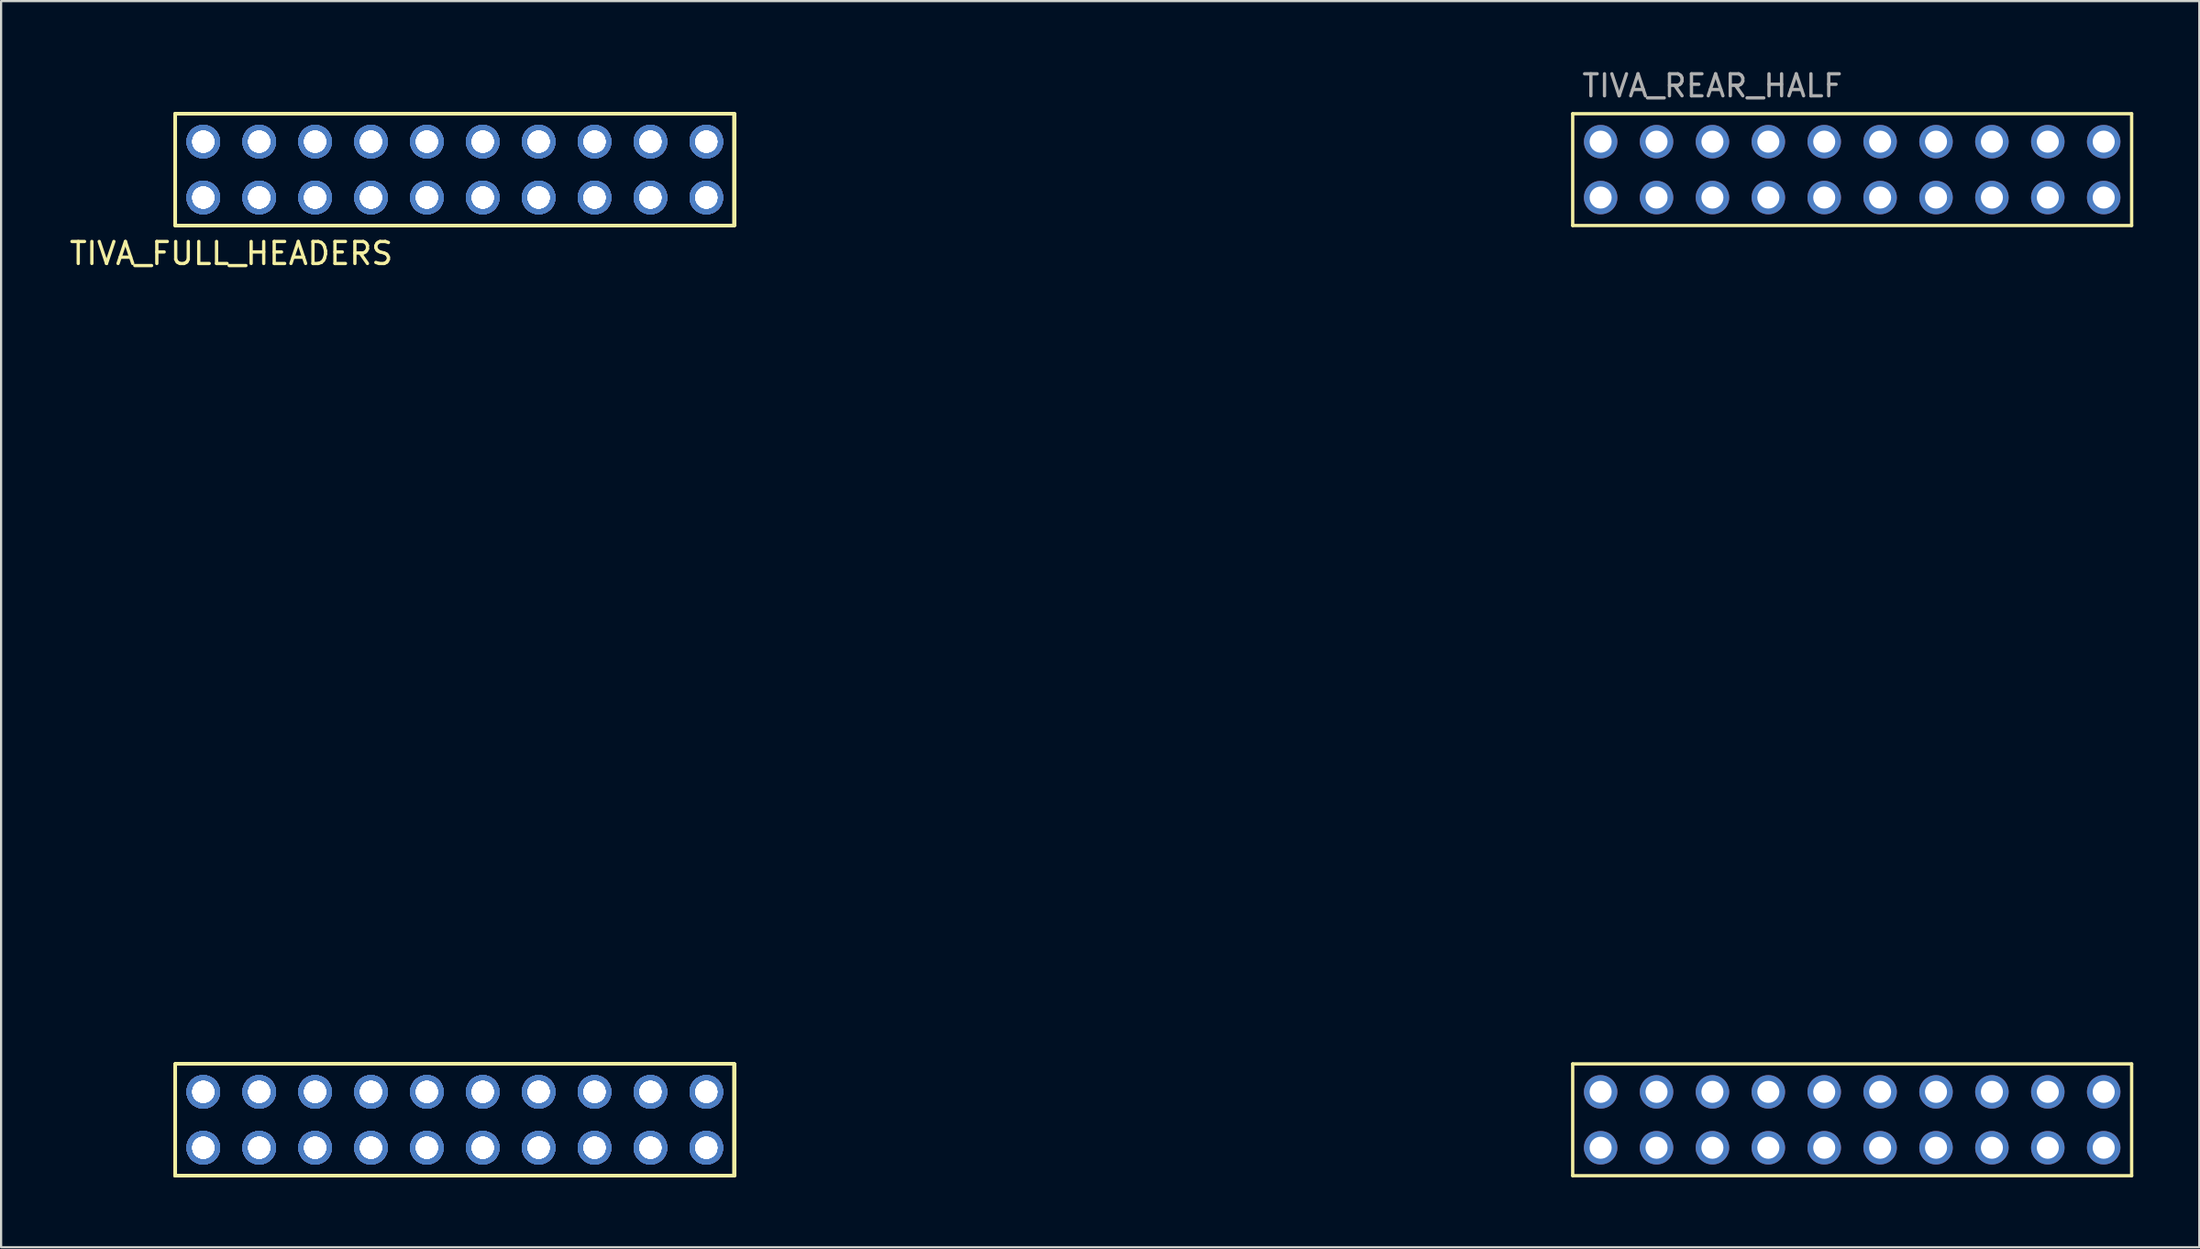
<source format=kicad_pcb>
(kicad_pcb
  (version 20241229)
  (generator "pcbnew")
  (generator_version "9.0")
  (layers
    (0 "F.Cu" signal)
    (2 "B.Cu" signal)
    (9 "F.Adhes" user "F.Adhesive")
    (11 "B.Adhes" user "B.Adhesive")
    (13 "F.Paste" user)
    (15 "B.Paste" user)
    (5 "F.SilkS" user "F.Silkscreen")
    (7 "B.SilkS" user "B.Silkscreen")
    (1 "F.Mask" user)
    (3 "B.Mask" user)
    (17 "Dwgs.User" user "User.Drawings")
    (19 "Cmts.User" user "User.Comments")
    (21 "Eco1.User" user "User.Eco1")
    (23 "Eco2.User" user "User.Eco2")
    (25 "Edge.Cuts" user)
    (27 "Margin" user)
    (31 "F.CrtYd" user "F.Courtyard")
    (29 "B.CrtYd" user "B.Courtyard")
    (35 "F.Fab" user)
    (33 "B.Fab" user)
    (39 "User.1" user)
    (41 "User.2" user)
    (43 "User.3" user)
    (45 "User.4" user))
  (footprint "TIVA_FULL_HEADERS"
    (layer "F.Cu")
    (at 4.918 50.378)
    (property "Reference" "TIVA_FULL_HEADERS" (at 2.54 -41.91 0) (layer "F.SilkS") (effects (font (size 1 1) (thickness 0.15))))
    (attr through_hole)
    (fp_line (start 0 -48.26) (end 0 -43.18) (stroke (width 0.15) (type solid)) (layer "F.SilkS"))
    (fp_line (start 0 -48.26) (end 0 -43.18) (stroke (width 0.15) (type solid)) (layer "F.SilkS"))
    (fp_line (start 0 -48.26) (end 0 -43.18) (stroke (width 0.15) (type solid)) (layer "F.SilkS"))
    (fp_line (start 0 -48.26) (end 0 -43.18) (stroke (width 0.15) (type solid)) (layer "F.SilkS"))
    (fp_line (start 0 -48.26) (end 0 -43.18) (stroke (width 0.15) (type solid)) (layer "F.SilkS"))
    (fp_line (start 0 -48.26) (end 0 -43.18) (stroke (width 0.15) (type solid)) (layer "F.SilkS"))
    (fp_line (start 0 -48.26) (end 0 -43.18) (stroke (width 0.15) (type solid)) (layer "F.SilkS"))
    (fp_line (start 0 -48.26) (end 0 -43.18) (stroke (width 0.15) (type solid)) (layer "F.SilkS"))
    (fp_line (start 0 -43.18) (end 25.4 -43.18) (stroke (width 0.15) (type solid)) (layer "F.SilkS"))
    (fp_line (start 0 -43.18) (end 25.4 -43.18) (stroke (width 0.15) (type solid)) (layer "F.SilkS"))
    (fp_line (start 0 -43.18) (end 25.4 -43.18) (stroke (width 0.15) (type solid)) (layer "F.SilkS"))
    (fp_line (start 0 -43.18) (end 25.4 -43.18) (stroke (width 0.15) (type solid)) (layer "F.SilkS"))
    (fp_line (start 0 -43.18) (end 25.4 -43.18) (stroke (width 0.15) (type solid)) (layer "F.SilkS"))
    (fp_line (start 0 -43.18) (end 25.4 -43.18) (stroke (width 0.15) (type solid)) (layer "F.SilkS"))
    (fp_line (start 0 -43.18) (end 25.4 -43.18) (stroke (width 0.15) (type solid)) (layer "F.SilkS"))
    (fp_line (start 0 -43.18) (end 25.4 -43.18) (stroke (width 0.15) (type solid)) (layer "F.SilkS"))
    (fp_line (start 0 -5.08) (end 0 0) (stroke (width 0.15) (type solid)) (layer "F.SilkS"))
    (fp_line (start 0 -5.08) (end 0 0) (stroke (width 0.15) (type solid)) (layer "F.SilkS"))
    (fp_line (start 0 -5.08) (end 0 0) (stroke (width 0.15) (type solid)) (layer "F.SilkS"))
    (fp_line (start 0 -5.08) (end 0 0) (stroke (width 0.15) (type solid)) (layer "F.SilkS"))
    (fp_line (start 0 -5.08) (end 0 0) (stroke (width 0.15) (type solid)) (layer "F.SilkS"))
    (fp_line (start 0 -5.08) (end 0 0) (stroke (width 0.15) (type solid)) (layer "F.SilkS"))
    (fp_line (start 0 -5.08) (end 0 0) (stroke (width 0.15) (type solid)) (layer "F.SilkS"))
    (fp_line (start 0 -5.08) (end 0 0) (stroke (width 0.15) (type solid)) (layer "F.SilkS"))
    (fp_line (start 0 0) (end 25.4 0) (stroke (width 0.15) (type solid)) (layer "F.SilkS"))
    (fp_line (start 0 0) (end 25.4 0) (stroke (width 0.15) (type solid)) (layer "F.SilkS"))
    (fp_line (start 0 0) (end 25.4 0) (stroke (width 0.15) (type solid)) (layer "F.SilkS"))
    (fp_line (start 0 0) (end 25.4 0) (stroke (width 0.15) (type solid)) (layer "F.SilkS"))
    (fp_line (start 0 0) (end 25.4 0) (stroke (width 0.15) (type solid)) (layer "F.SilkS"))
    (fp_line (start 0 0) (end 25.4 0) (stroke (width 0.15) (type solid)) (layer "F.SilkS"))
    (fp_line (start 0 0) (end 25.4 0) (stroke (width 0.15) (type solid)) (layer "F.SilkS"))
    (fp_line (start 0 0) (end 25.4 0) (stroke (width 0.15) (type solid)) (layer "F.SilkS"))
    (fp_line (start 25.4 -48.26) (end 0 -48.26) (stroke (width 0.15) (type solid)) (layer "F.SilkS"))
    (fp_line (start 25.4 -48.26) (end 0 -48.26) (stroke (width 0.15) (type solid)) (layer "F.SilkS"))
    (fp_line (start 25.4 -48.26) (end 0 -48.26) (stroke (width 0.15) (type solid)) (layer "F.SilkS"))
    (fp_line (start 25.4 -48.26) (end 0 -48.26) (stroke (width 0.15) (type solid)) (layer "F.SilkS"))
    (fp_line (start 25.4 -48.26) (end 0 -48.26) (stroke (width 0.15) (type solid)) (layer "F.SilkS"))
    (fp_line (start 25.4 -48.26) (end 0 -48.26) (stroke (width 0.15) (type solid)) (layer "F.SilkS"))
    (fp_line (start 25.4 -48.26) (end 0 -48.26) (stroke (width 0.15) (type solid)) (layer "F.SilkS"))
    (fp_line (start 25.4 -48.26) (end 0 -48.26) (stroke (width 0.15) (type solid)) (layer "F.SilkS"))
    (fp_line (start 25.4 -43.18) (end 25.4 -48.26) (stroke (width 0.15) (type solid)) (layer "F.SilkS"))
    (fp_line (start 25.4 -43.18) (end 25.4 -48.26) (stroke (width 0.15) (type solid)) (layer "F.SilkS"))
    (fp_line (start 25.4 -43.18) (end 25.4 -48.26) (stroke (width 0.15) (type solid)) (layer "F.SilkS"))
    (fp_line (start 25.4 -43.18) (end 25.4 -48.26) (stroke (width 0.15) (type solid)) (layer "F.SilkS"))
    (fp_line (start 25.4 -43.18) (end 25.4 -48.26) (stroke (width 0.15) (type solid)) (layer "F.SilkS"))
    (fp_line (start 25.4 -43.18) (end 25.4 -48.26) (stroke (width 0.15) (type solid)) (layer "F.SilkS"))
    (fp_line (start 25.4 -43.18) (end 25.4 -48.26) (stroke (width 0.15) (type solid)) (layer "F.SilkS"))
    (fp_line (start 25.4 -43.18) (end 25.4 -48.26) (stroke (width 0.15) (type solid)) (layer "F.SilkS"))
    (fp_line (start 25.4 -5.08) (end 0 -5.08) (stroke (width 0.15) (type solid)) (layer "F.SilkS"))
    (fp_line (start 25.4 -5.08) (end 0 -5.08) (stroke (width 0.15) (type solid)) (layer "F.SilkS"))
    (fp_line (start 25.4 -5.08) (end 0 -5.08) (stroke (width 0.15) (type solid)) (layer "F.SilkS"))
    (fp_line (start 25.4 -5.08) (end 0 -5.08) (stroke (width 0.15) (type solid)) (layer "F.SilkS"))
    (fp_line (start 25.4 -5.08) (end 0 -5.08) (stroke (width 0.15) (type solid)) (layer "F.SilkS"))
    (fp_line (start 25.4 -5.08) (end 0 -5.08) (stroke (width 0.15) (type solid)) (layer "F.SilkS"))
    (fp_line (start 25.4 -5.08) (end 0 -5.08) (stroke (width 0.15) (type solid)) (layer "F.SilkS"))
    (fp_line (start 25.4 -5.08) (end 0 -5.08) (stroke (width 0.15) (type solid)) (layer "F.SilkS"))
    (fp_line (start 25.4 0) (end 25.4 -5.08) (stroke (width 0.15) (type solid)) (layer "F.SilkS"))
    (fp_line (start 25.4 0) (end 25.4 -5.08) (stroke (width 0.15) (type solid)) (layer "F.SilkS"))
    (fp_line (start 25.4 0) (end 25.4 -5.08) (stroke (width 0.15) (type solid)) (layer "F.SilkS"))
    (fp_line (start 25.4 0) (end 25.4 -5.08) (stroke (width 0.15) (type solid)) (layer "F.SilkS"))
    (fp_line (start 25.4 0) (end 25.4 -5.08) (stroke (width 0.15) (type solid)) (layer "F.SilkS"))
    (fp_line (start 25.4 0) (end 25.4 -5.08) (stroke (width 0.15) (type solid)) (layer "F.SilkS"))
    (fp_line (start 25.4 0) (end 25.4 -5.08) (stroke (width 0.15) (type solid)) (layer "F.SilkS"))
    (fp_line (start 25.4 0) (end 25.4 -5.08) (stroke (width 0.15) (type solid)) (layer "F.SilkS"))
    (fp_line (start 63.5 -48.26) (end 63.5 -43.18) (stroke (width 0.15) (type solid)) (layer "F.SilkS"))
    (fp_line (start 63.5 -43.18) (end 88.9 -43.18) (stroke (width 0.15) (type solid)) (layer "F.SilkS"))
    (fp_line (start 63.5 -5.08) (end 63.5 0) (stroke (width 0.15) (type solid)) (layer "F.SilkS"))
    (fp_line (start 63.5 0) (end 88.9 0) (stroke (width 0.15) (type solid)) (layer "F.SilkS"))
    (fp_line (start 88.9 -48.26) (end 63.5 -48.26) (stroke (width 0.15) (type solid)) (layer "F.SilkS"))
    (fp_line (start 88.9 -43.18) (end 88.9 -48.26) (stroke (width 0.15) (type solid)) (layer "F.SilkS"))
    (fp_line (start 88.9 -5.08) (end 63.5 -5.08) (stroke (width 0.15) (type solid)) (layer "F.SilkS"))
    (fp_line (start 88.9 0) (end 88.9 -5.08) (stroke (width 0.15) (type solid)) (layer "F.SilkS"))
    (fp_text user "TIVA_REAR_HALF" (at 69.85 -49.53 0) (layer "F.Fab") (effects (font (size 1 1) (thickness 0.15))))
    (pad "A11" thru_hole circle (at 87.63 -46.99) (size 1.52 1.52) (drill 1) (layers "*.Cu" "*.Mask" "F.Paste"))
    (pad "A12" thru_hole circle (at 85.09 -46.99) (size 1.52 1.52) (drill 1) (layers "*.Cu" "*.Mask" "F.Paste"))
    (pad "A13" thru_hole circle (at 82.55 -46.99) (size 1.52 1.52) (drill 1) (layers "*.Cu" "*.Mask" "F.Paste"))
    (pad "A14" thru_hole circle (at 80.01 -46.99) (size 1.52 1.52) (drill 1) (layers "*.Cu" "*.Mask" "F.Paste"))
    (pad "A15" thru_hole circle (at 77.47 -46.99) (size 1.52 1.52) (drill 1) (layers "*.Cu" "*.Mask" "F.Paste"))
    (pad "A16" thru_hole circle (at 74.93 -46.99) (size 1.52 1.52) (drill 1) (layers "*.Cu" "*.Mask" "F.Paste"))
    (pad "A17" thru_hole circle (at 72.39 -46.99) (size 1.52 1.52) (drill 1) (layers "*.Cu" "*.Mask" "F.Paste"))
    (pad "A18" thru_hole circle (at 69.85 -46.99) (size 1.52 1.52) (drill 1) (layers "*.Cu" "*.Mask" "F.Paste"))
    (pad "A19" thru_hole circle (at 67.31 -46.99) (size 1.52 1.52) (drill 1) (layers "*.Cu" "*.Mask" "F.Paste"))
    (pad "A20" thru_hole circle (at 64.77 -46.99) (size 1.52 1.52) (drill 1) (layers "*.Cu" "*.Mask" "F.Paste"))
    (pad "A21" thru_hole circle (at 24.13 -46.99) (size 1.52 1.52) (drill 1) (layers "*.Cu" "*.Mask" "F.Paste"))
    (pad "A21" thru_hole circle (at 24.13 -46.99) (size 1.52 1.52) (drill 1) (layers "*.Cu" "*.Mask" "F.Paste"))
    (pad "A21" thru_hole circle (at 24.13 -46.99) (size 1.52 1.52) (drill 1) (layers "*.Cu" "*.Mask" "F.Paste"))
    (pad "A21" thru_hole circle (at 24.13 -46.99) (size 1.52 1.52) (drill 1) (layers "*.Cu" "*.Mask" "F.Paste"))
    (pad "A21" thru_hole circle (at 24.13 -46.99) (size 1.52 1.52) (drill 1) (layers "*.Cu" "*.Mask" "F.Paste"))
    (pad "A21" thru_hole circle (at 24.13 -46.99) (size 1.52 1.52) (drill 1) (layers "*.Cu" "*.Mask" "F.Paste"))
    (pad "A21" thru_hole circle (at 24.13 -46.99) (size 1.52 1.52) (drill 1) (layers "*.Cu" "*.Mask" "F.Paste"))
    (pad "A21" thru_hole circle (at 24.13 -46.99) (size 1.52 1.52) (drill 1) (layers "*.Cu" "*.Mask" "F.Paste"))
    (pad "A22" thru_hole circle (at 21.59 -46.99) (size 1.52 1.52) (drill 1) (layers "*.Cu" "*.Mask" "F.Paste"))
    (pad "A22" thru_hole circle (at 21.59 -46.99) (size 1.52 1.52) (drill 1) (layers "*.Cu" "*.Mask" "F.Paste"))
    (pad "A22" thru_hole circle (at 21.59 -46.99) (size 1.52 1.52) (drill 1) (layers "*.Cu" "*.Mask" "F.Paste"))
    (pad "A22" thru_hole circle (at 21.59 -46.99) (size 1.52 1.52) (drill 1) (layers "*.Cu" "*.Mask" "F.Paste"))
    (pad "A22" thru_hole circle (at 21.59 -46.99) (size 1.52 1.52) (drill 1) (layers "*.Cu" "*.Mask" "F.Paste"))
    (pad "A22" thru_hole circle (at 21.59 -46.99) (size 1.52 1.52) (drill 1) (layers "*.Cu" "*.Mask" "F.Paste"))
    (pad "A22" thru_hole circle (at 21.59 -46.99) (size 1.52 1.52) (drill 1) (layers "*.Cu" "*.Mask" "F.Paste"))
    (pad "A22" thru_hole circle (at 21.59 -46.99) (size 1.52 1.52) (drill 1) (layers "*.Cu" "*.Mask" "F.Paste"))
    (pad "A23" thru_hole circle (at 19.05 -46.99) (size 1.52 1.52) (drill 1) (layers "*.Cu" "*.Mask" "F.Paste"))
    (pad "A23" thru_hole circle (at 19.05 -46.99) (size 1.52 1.52) (drill 1) (layers "*.Cu" "*.Mask" "F.Paste"))
    (pad "A23" thru_hole circle (at 19.05 -46.99) (size 1.52 1.52) (drill 1) (layers "*.Cu" "*.Mask" "F.Paste"))
    (pad "A23" thru_hole circle (at 19.05 -46.99) (size 1.52 1.52) (drill 1) (layers "*.Cu" "*.Mask" "F.Paste"))
    (pad "A23" thru_hole circle (at 19.05 -46.99) (size 1.52 1.52) (drill 1) (layers "*.Cu" "*.Mask" "F.Paste"))
    (pad "A23" thru_hole circle (at 19.05 -46.99) (size 1.52 1.52) (drill 1) (layers "*.Cu" "*.Mask" "F.Paste"))
    (pad "A23" thru_hole circle (at 19.05 -46.99) (size 1.52 1.52) (drill 1) (layers "*.Cu" "*.Mask" "F.Paste"))
    (pad "A23" thru_hole circle (at 19.05 -46.99) (size 1.52 1.52) (drill 1) (layers "*.Cu" "*.Mask" "F.Paste"))
    (pad "A24" thru_hole circle (at 16.51 -46.99) (size 1.52 1.52) (drill 1) (layers "*.Cu" "*.Mask" "F.Paste"))
    (pad "A24" thru_hole circle (at 16.51 -46.99) (size 1.52 1.52) (drill 1) (layers "*.Cu" "*.Mask" "F.Paste"))
    (pad "A24" thru_hole circle (at 16.51 -46.99) (size 1.52 1.52) (drill 1) (layers "*.Cu" "*.Mask" "F.Paste"))
    (pad "A24" thru_hole circle (at 16.51 -46.99) (size 1.52 1.52) (drill 1) (layers "*.Cu" "*.Mask" "F.Paste"))
    (pad "A24" thru_hole circle (at 16.51 -46.99) (size 1.52 1.52) (drill 1) (layers "*.Cu" "*.Mask" "F.Paste"))
    (pad "A24" thru_hole circle (at 16.51 -46.99) (size 1.52 1.52) (drill 1) (layers "*.Cu" "*.Mask" "F.Paste"))
    (pad "A24" thru_hole circle (at 16.51 -46.99) (size 1.52 1.52) (drill 1) (layers "*.Cu" "*.Mask" "F.Paste"))
    (pad "A24" thru_hole circle (at 16.51 -46.99) (size 1.52 1.52) (drill 1) (layers "*.Cu" "*.Mask" "F.Paste"))
    (pad "A25" thru_hole circle (at 13.97 -46.99) (size 1.52 1.52) (drill 1) (layers "*.Cu" "*.Mask" "F.Paste"))
    (pad "A25" thru_hole circle (at 13.97 -46.99) (size 1.52 1.52) (drill 1) (layers "*.Cu" "*.Mask" "F.Paste"))
    (pad "A25" thru_hole circle (at 13.97 -46.99) (size 1.52 1.52) (drill 1) (layers "*.Cu" "*.Mask" "F.Paste"))
    (pad "A25" thru_hole circle (at 13.97 -46.99) (size 1.52 1.52) (drill 1) (layers "*.Cu" "*.Mask" "F.Paste"))
    (pad "A25" thru_hole circle (at 13.97 -46.99) (size 1.52 1.52) (drill 1) (layers "*.Cu" "*.Mask" "F.Paste"))
    (pad "A25" thru_hole circle (at 13.97 -46.99) (size 1.52 1.52) (drill 1) (layers "*.Cu" "*.Mask" "F.Paste"))
    (pad "A25" thru_hole circle (at 13.97 -46.99) (size 1.52 1.52) (drill 1) (layers "*.Cu" "*.Mask" "F.Paste"))
    (pad "A25" thru_hole circle (at 13.97 -46.99) (size 1.52 1.52) (drill 1) (layers "*.Cu" "*.Mask" "F.Paste"))
    (pad "A26" thru_hole circle (at 11.43 -46.99) (size 1.52 1.52) (drill 1) (layers "*.Cu" "*.Mask" "F.Paste"))
    (pad "A26" thru_hole circle (at 11.43 -46.99) (size 1.52 1.52) (drill 1) (layers "*.Cu" "*.Mask" "F.Paste"))
    (pad "A26" thru_hole circle (at 11.43 -46.99) (size 1.52 1.52) (drill 1) (layers "*.Cu" "*.Mask" "F.Paste"))
    (pad "A26" thru_hole circle (at 11.43 -46.99) (size 1.52 1.52) (drill 1) (layers "*.Cu" "*.Mask" "F.Paste"))
    (pad "A26" thru_hole circle (at 11.43 -46.99) (size 1.52 1.52) (drill 1) (layers "*.Cu" "*.Mask" "F.Paste"))
    (pad "A26" thru_hole circle (at 11.43 -46.99) (size 1.52 1.52) (drill 1) (layers "*.Cu" "*.Mask" "F.Paste"))
    (pad "A26" thru_hole circle (at 11.43 -46.99) (size 1.52 1.52) (drill 1) (layers "*.Cu" "*.Mask" "F.Paste"))
    (pad "A26" thru_hole circle (at 11.43 -46.99) (size 1.52 1.52) (drill 1) (layers "*.Cu" "*.Mask" "F.Paste"))
    (pad "A27" thru_hole circle (at 8.89 -46.99) (size 1.52 1.52) (drill 1) (layers "*.Cu" "*.Mask" "F.Paste"))
    (pad "A27" thru_hole circle (at 8.89 -46.99) (size 1.52 1.52) (drill 1) (layers "*.Cu" "*.Mask" "F.Paste"))
    (pad "A27" thru_hole circle (at 8.89 -46.99) (size 1.52 1.52) (drill 1) (layers "*.Cu" "*.Mask" "F.Paste"))
    (pad "A27" thru_hole circle (at 8.89 -46.99) (size 1.52 1.52) (drill 1) (layers "*.Cu" "*.Mask" "F.Paste"))
    (pad "A27" thru_hole circle (at 8.89 -46.99) (size 1.52 1.52) (drill 1) (layers "*.Cu" "*.Mask" "F.Paste"))
    (pad "A27" thru_hole circle (at 8.89 -46.99) (size 1.52 1.52) (drill 1) (layers "*.Cu" "*.Mask" "F.Paste"))
    (pad "A27" thru_hole circle (at 8.89 -46.99) (size 1.52 1.52) (drill 1) (layers "*.Cu" "*.Mask" "F.Paste"))
    (pad "A27" thru_hole circle (at 8.89 -46.99) (size 1.52 1.52) (drill 1) (layers "*.Cu" "*.Mask" "F.Paste"))
    (pad "A28" thru_hole circle (at 6.35 -46.99) (size 1.52 1.52) (drill 1) (layers "*.Cu" "*.Mask" "F.Paste"))
    (pad "A28" thru_hole circle (at 6.35 -46.99) (size 1.52 1.52) (drill 1) (layers "*.Cu" "*.Mask" "F.Paste"))
    (pad "A28" thru_hole circle (at 6.35 -46.99) (size 1.52 1.52) (drill 1) (layers "*.Cu" "*.Mask" "F.Paste"))
    (pad "A28" thru_hole circle (at 6.35 -46.99) (size 1.52 1.52) (drill 1) (layers "*.Cu" "*.Mask" "F.Paste"))
    (pad "A28" thru_hole circle (at 6.35 -46.99) (size 1.52 1.52) (drill 1) (layers "*.Cu" "*.Mask" "F.Paste"))
    (pad "A28" thru_hole circle (at 6.35 -46.99) (size 1.52 1.52) (drill 1) (layers "*.Cu" "*.Mask" "F.Paste"))
    (pad "A28" thru_hole circle (at 6.35 -46.99) (size 1.52 1.52) (drill 1) (layers "*.Cu" "*.Mask" "F.Paste"))
    (pad "A28" thru_hole circle (at 6.35 -46.99) (size 1.52 1.52) (drill 1) (layers "*.Cu" "*.Mask" "F.Paste"))
    (pad "A29" thru_hole circle (at 3.81 -46.99) (size 1.52 1.52) (drill 1) (layers "*.Cu" "*.Mask" "F.Paste"))
    (pad "A29" thru_hole circle (at 3.81 -46.99) (size 1.52 1.52) (drill 1) (layers "*.Cu" "*.Mask" "F.Paste"))
    (pad "A29" thru_hole circle (at 3.81 -46.99) (size 1.52 1.52) (drill 1) (layers "*.Cu" "*.Mask" "F.Paste"))
    (pad "A29" thru_hole circle (at 3.81 -46.99) (size 1.52 1.52) (drill 1) (layers "*.Cu" "*.Mask" "F.Paste"))
    (pad "A29" thru_hole circle (at 3.81 -46.99) (size 1.52 1.52) (drill 1) (layers "*.Cu" "*.Mask" "F.Paste"))
    (pad "A29" thru_hole circle (at 3.81 -46.99) (size 1.52 1.52) (drill 1) (layers "*.Cu" "*.Mask" "F.Paste"))
    (pad "A29" thru_hole circle (at 3.81 -46.99) (size 1.52 1.52) (drill 1) (layers "*.Cu" "*.Mask" "F.Paste"))
    (pad "A29" thru_hole circle (at 3.81 -46.99) (size 1.52 1.52) (drill 1) (layers "*.Cu" "*.Mask" "F.Paste"))
    (pad "A210" thru_hole circle (at 1.27 -46.99) (size 1.52 1.52) (drill 1) (layers "*.Cu" "*.Mask" "F.Paste"))
    (pad "A210" thru_hole circle (at 1.27 -46.99) (size 1.52 1.52) (drill 1) (layers "*.Cu" "*.Mask" "F.Paste"))
    (pad "A210" thru_hole circle (at 1.27 -46.99) (size 1.52 1.52) (drill 1) (layers "*.Cu" "*.Mask" "F.Paste"))
    (pad "A210" thru_hole circle (at 1.27 -46.99) (size 1.52 1.52) (drill 1) (layers "*.Cu" "*.Mask" "F.Paste"))
    (pad "A210" thru_hole circle (at 1.27 -46.99) (size 1.52 1.52) (drill 1) (layers "*.Cu" "*.Mask" "F.Paste"))
    (pad "A210" thru_hole circle (at 1.27 -46.99) (size 1.52 1.52) (drill 1) (layers "*.Cu" "*.Mask" "F.Paste"))
    (pad "A210" thru_hole circle (at 1.27 -46.99) (size 1.52 1.52) (drill 1) (layers "*.Cu" "*.Mask" "F.Paste"))
    (pad "A210" thru_hole circle (at 1.27 -46.99) (size 1.52 1.52) (drill 1) (layers "*.Cu" "*.Mask" "F.Paste"))
    (pad "B11" thru_hole circle (at 87.63 -44.45) (size 1.52 1.52) (drill 1) (layers "*.Cu" "*.Mask" "F.Paste"))
    (pad "B12" thru_hole circle (at 85.09 -44.45) (size 1.52 1.52) (drill 1) (layers "*.Cu" "*.Mask" "F.Paste"))
    (pad "B13" thru_hole circle (at 82.55 -44.45) (size 1.52 1.52) (drill 1) (layers "*.Cu" "*.Mask" "F.Paste"))
    (pad "B14" thru_hole circle (at 80.01 -44.45) (size 1.52 1.52) (drill 1) (layers "*.Cu" "*.Mask" "F.Paste"))
    (pad "B15" thru_hole circle (at 77.47 -44.45) (size 1.52 1.52) (drill 1) (layers "*.Cu" "*.Mask" "F.Paste"))
    (pad "B16" thru_hole circle (at 74.93 -44.45) (size 1.52 1.52) (drill 1) (layers "*.Cu" "*.Mask" "F.Paste"))
    (pad "B17" thru_hole circle (at 72.39 -44.45) (size 1.52 1.52) (drill 1) (layers "*.Cu" "*.Mask" "F.Paste"))
    (pad "B18" thru_hole circle (at 69.85 -44.45) (size 1.52 1.52) (drill 1) (layers "*.Cu" "*.Mask" "F.Paste"))
    (pad "B19" thru_hole circle (at 67.31 -44.45) (size 1.52 1.52) (drill 1) (layers "*.Cu" "*.Mask" "F.Paste"))
    (pad "B21" thru_hole circle (at 24.13 -44.45) (size 1.52 1.52) (drill 1) (layers "*.Cu" "*.Mask" "F.Paste"))
    (pad "B21" thru_hole circle (at 24.13 -44.45) (size 1.52 1.52) (drill 1) (layers "*.Cu" "*.Mask" "F.Paste"))
    (pad "B21" thru_hole circle (at 24.13 -44.45) (size 1.52 1.52) (drill 1) (layers "*.Cu" "*.Mask" "F.Paste"))
    (pad "B21" thru_hole circle (at 24.13 -44.45) (size 1.52 1.52) (drill 1) (layers "*.Cu" "*.Mask" "F.Paste"))
    (pad "B21" thru_hole circle (at 24.13 -44.45) (size 1.52 1.52) (drill 1) (layers "*.Cu" "*.Mask" "F.Paste"))
    (pad "B21" thru_hole circle (at 24.13 -44.45) (size 1.52 1.52) (drill 1) (layers "*.Cu" "*.Mask" "F.Paste"))
    (pad "B21" thru_hole circle (at 24.13 -44.45) (size 1.52 1.52) (drill 1) (layers "*.Cu" "*.Mask" "F.Paste"))
    (pad "B21" thru_hole circle (at 24.13 -44.45) (size 1.52 1.52) (drill 1) (layers "*.Cu" "*.Mask" "F.Paste"))
    (pad "B22" thru_hole circle (at 21.59 -44.45) (size 1.52 1.52) (drill 1) (layers "*.Cu" "*.Mask" "F.Paste"))
    (pad "B22" thru_hole circle (at 21.59 -44.45) (size 1.52 1.52) (drill 1) (layers "*.Cu" "*.Mask" "F.Paste"))
    (pad "B22" thru_hole circle (at 21.59 -44.45) (size 1.52 1.52) (drill 1) (layers "*.Cu" "*.Mask" "F.Paste"))
    (pad "B22" thru_hole circle (at 21.59 -44.45) (size 1.52 1.52) (drill 1) (layers "*.Cu" "*.Mask" "F.Paste"))
    (pad "B22" thru_hole circle (at 21.59 -44.45) (size 1.52 1.52) (drill 1) (layers "*.Cu" "*.Mask" "F.Paste"))
    (pad "B22" thru_hole circle (at 21.59 -44.45) (size 1.52 1.52) (drill 1) (layers "*.Cu" "*.Mask" "F.Paste"))
    (pad "B22" thru_hole circle (at 21.59 -44.45) (size 1.52 1.52) (drill 1) (layers "*.Cu" "*.Mask" "F.Paste"))
    (pad "B22" thru_hole circle (at 21.59 -44.45) (size 1.52 1.52) (drill 1) (layers "*.Cu" "*.Mask" "F.Paste"))
    (pad "B23" thru_hole circle (at 19.05 -44.45) (size 1.52 1.52) (drill 1) (layers "*.Cu" "*.Mask" "F.Paste"))
    (pad "B23" thru_hole circle (at 19.05 -44.45) (size 1.52 1.52) (drill 1) (layers "*.Cu" "*.Mask" "F.Paste"))
    (pad "B23" thru_hole circle (at 19.05 -44.45) (size 1.52 1.52) (drill 1) (layers "*.Cu" "*.Mask" "F.Paste"))
    (pad "B23" thru_hole circle (at 19.05 -44.45) (size 1.52 1.52) (drill 1) (layers "*.Cu" "*.Mask" "F.Paste"))
    (pad "B23" thru_hole circle (at 19.05 -44.45) (size 1.52 1.52) (drill 1) (layers "*.Cu" "*.Mask" "F.Paste"))
    (pad "B23" thru_hole circle (at 19.05 -44.45) (size 1.52 1.52) (drill 1) (layers "*.Cu" "*.Mask" "F.Paste"))
    (pad "B23" thru_hole circle (at 19.05 -44.45) (size 1.52 1.52) (drill 1) (layers "*.Cu" "*.Mask" "F.Paste"))
    (pad "B23" thru_hole circle (at 19.05 -44.45) (size 1.52 1.52) (drill 1) (layers "*.Cu" "*.Mask" "F.Paste"))
    (pad "B24" thru_hole circle (at 16.51 -44.45) (size 1.52 1.52) (drill 1) (layers "*.Cu" "*.Mask" "F.Paste"))
    (pad "B24" thru_hole circle (at 16.51 -44.45) (size 1.52 1.52) (drill 1) (layers "*.Cu" "*.Mask" "F.Paste"))
    (pad "B24" thru_hole circle (at 16.51 -44.45) (size 1.52 1.52) (drill 1) (layers "*.Cu" "*.Mask" "F.Paste"))
    (pad "B24" thru_hole circle (at 16.51 -44.45) (size 1.52 1.52) (drill 1) (layers "*.Cu" "*.Mask" "F.Paste"))
    (pad "B24" thru_hole circle (at 16.51 -44.45) (size 1.52 1.52) (drill 1) (layers "*.Cu" "*.Mask" "F.Paste"))
    (pad "B24" thru_hole circle (at 16.51 -44.45) (size 1.52 1.52) (drill 1) (layers "*.Cu" "*.Mask" "F.Paste"))
    (pad "B24" thru_hole circle (at 16.51 -44.45) (size 1.52 1.52) (drill 1) (layers "*.Cu" "*.Mask" "F.Paste"))
    (pad "B24" thru_hole circle (at 16.51 -44.45) (size 1.52 1.52) (drill 1) (layers "*.Cu" "*.Mask" "F.Paste"))
    (pad "B25" thru_hole circle (at 13.97 -44.45) (size 1.52 1.52) (drill 1) (layers "*.Cu" "*.Mask" "F.Paste"))
    (pad "B25" thru_hole circle (at 13.97 -44.45) (size 1.52 1.52) (drill 1) (layers "*.Cu" "*.Mask" "F.Paste"))
    (pad "B25" thru_hole circle (at 13.97 -44.45) (size 1.52 1.52) (drill 1) (layers "*.Cu" "*.Mask" "F.Paste"))
    (pad "B25" thru_hole circle (at 13.97 -44.45) (size 1.52 1.52) (drill 1) (layers "*.Cu" "*.Mask" "F.Paste"))
    (pad "B25" thru_hole circle (at 13.97 -44.45) (size 1.52 1.52) (drill 1) (layers "*.Cu" "*.Mask" "F.Paste"))
    (pad "B25" thru_hole circle (at 13.97 -44.45) (size 1.52 1.52) (drill 1) (layers "*.Cu" "*.Mask" "F.Paste"))
    (pad "B25" thru_hole circle (at 13.97 -44.45) (size 1.52 1.52) (drill 1) (layers "*.Cu" "*.Mask" "F.Paste"))
    (pad "B25" thru_hole circle (at 13.97 -44.45) (size 1.52 1.52) (drill 1) (layers "*.Cu" "*.Mask" "F.Paste"))
    (pad "B26" thru_hole circle (at 11.43 -44.45) (size 1.52 1.52) (drill 1) (layers "*.Cu" "*.Mask" "F.Paste"))
    (pad "B26" thru_hole circle (at 11.43 -44.45) (size 1.52 1.52) (drill 1) (layers "*.Cu" "*.Mask" "F.Paste"))
    (pad "B26" thru_hole circle (at 11.43 -44.45) (size 1.52 1.52) (drill 1) (layers "*.Cu" "*.Mask" "F.Paste"))
    (pad "B26" thru_hole circle (at 11.43 -44.45) (size 1.52 1.52) (drill 1) (layers "*.Cu" "*.Mask" "F.Paste"))
    (pad "B26" thru_hole circle (at 11.43 -44.45) (size 1.52 1.52) (drill 1) (layers "*.Cu" "*.Mask" "F.Paste"))
    (pad "B26" thru_hole circle (at 11.43 -44.45) (size 1.52 1.52) (drill 1) (layers "*.Cu" "*.Mask" "F.Paste"))
    (pad "B26" thru_hole circle (at 11.43 -44.45) (size 1.52 1.52) (drill 1) (layers "*.Cu" "*.Mask" "F.Paste"))
    (pad "B26" thru_hole circle (at 11.43 -44.45) (size 1.52 1.52) (drill 1) (layers "*.Cu" "*.Mask" "F.Paste"))
    (pad "B27" thru_hole circle (at 8.89 -44.45) (size 1.52 1.52) (drill 1) (layers "*.Cu" "*.Mask" "F.Paste"))
    (pad "B27" thru_hole circle (at 8.89 -44.45) (size 1.52 1.52) (drill 1) (layers "*.Cu" "*.Mask" "F.Paste"))
    (pad "B27" thru_hole circle (at 8.89 -44.45) (size 1.52 1.52) (drill 1) (layers "*.Cu" "*.Mask" "F.Paste"))
    (pad "B27" thru_hole circle (at 8.89 -44.45) (size 1.52 1.52) (drill 1) (layers "*.Cu" "*.Mask" "F.Paste"))
    (pad "B27" thru_hole circle (at 8.89 -44.45) (size 1.52 1.52) (drill 1) (layers "*.Cu" "*.Mask" "F.Paste"))
    (pad "B27" thru_hole circle (at 8.89 -44.45) (size 1.52 1.52) (drill 1) (layers "*.Cu" "*.Mask" "F.Paste"))
    (pad "B27" thru_hole circle (at 8.89 -44.45) (size 1.52 1.52) (drill 1) (layers "*.Cu" "*.Mask" "F.Paste"))
    (pad "B27" thru_hole circle (at 8.89 -44.45) (size 1.52 1.52) (drill 1) (layers "*.Cu" "*.Mask" "F.Paste"))
    (pad "B28" thru_hole circle (at 6.35 -44.45) (size 1.52 1.52) (drill 1) (layers "*.Cu" "*.Mask" "F.Paste"))
    (pad "B28" thru_hole circle (at 6.35 -44.45) (size 1.52 1.52) (drill 1) (layers "*.Cu" "*.Mask" "F.Paste"))
    (pad "B28" thru_hole circle (at 6.35 -44.45) (size 1.52 1.52) (drill 1) (layers "*.Cu" "*.Mask" "F.Paste"))
    (pad "B28" thru_hole circle (at 6.35 -44.45) (size 1.52 1.52) (drill 1) (layers "*.Cu" "*.Mask" "F.Paste"))
    (pad "B28" thru_hole circle (at 6.35 -44.45) (size 1.52 1.52) (drill 1) (layers "*.Cu" "*.Mask" "F.Paste"))
    (pad "B28" thru_hole circle (at 6.35 -44.45) (size 1.52 1.52) (drill 1) (layers "*.Cu" "*.Mask" "F.Paste"))
    (pad "B28" thru_hole circle (at 6.35 -44.45) (size 1.52 1.52) (drill 1) (layers "*.Cu" "*.Mask" "F.Paste"))
    (pad "B28" thru_hole circle (at 6.35 -44.45) (size 1.52 1.52) (drill 1) (layers "*.Cu" "*.Mask" "F.Paste"))
    (pad "B29" thru_hole circle (at 3.81 -44.45) (size 1.52 1.52) (drill 1) (layers "*.Cu" "*.Mask" "F.Paste"))
    (pad "B29" thru_hole circle (at 3.81 -44.45) (size 1.52 1.52) (drill 1) (layers "*.Cu" "*.Mask" "F.Paste"))
    (pad "B29" thru_hole circle (at 3.81 -44.45) (size 1.52 1.52) (drill 1) (layers "*.Cu" "*.Mask" "F.Paste"))
    (pad "B29" thru_hole circle (at 3.81 -44.45) (size 1.52 1.52) (drill 1) (layers "*.Cu" "*.Mask" "F.Paste"))
    (pad "B29" thru_hole circle (at 3.81 -44.45) (size 1.52 1.52) (drill 1) (layers "*.Cu" "*.Mask" "F.Paste"))
    (pad "B29" thru_hole circle (at 3.81 -44.45) (size 1.52 1.52) (drill 1) (layers "*.Cu" "*.Mask" "F.Paste"))
    (pad "B29" thru_hole circle (at 3.81 -44.45) (size 1.52 1.52) (drill 1) (layers "*.Cu" "*.Mask" "F.Paste"))
    (pad "B29" thru_hole circle (at 3.81 -44.45) (size 1.52 1.52) (drill 1) (layers "*.Cu" "*.Mask" "F.Paste"))
    (pad "B110" thru_hole circle (at 64.77 -44.45) (size 1.52 1.52) (drill 1) (layers "*.Cu" "*.Mask" "F.Paste"))
    (pad "B210" thru_hole circle (at 1.27 -44.45) (size 1.52 1.52) (drill 1) (layers "*.Cu" "*.Mask" "F.Paste"))
    (pad "B210" thru_hole circle (at 1.27 -44.45) (size 1.52 1.52) (drill 1) (layers "*.Cu" "*.Mask" "F.Paste"))
    (pad "B210" thru_hole circle (at 1.27 -44.45) (size 1.52 1.52) (drill 1) (layers "*.Cu" "*.Mask" "F.Paste"))
    (pad "B210" thru_hole circle (at 1.27 -44.45) (size 1.52 1.52) (drill 1) (layers "*.Cu" "*.Mask" "F.Paste"))
    (pad "B210" thru_hole circle (at 1.27 -44.45) (size 1.52 1.52) (drill 1) (layers "*.Cu" "*.Mask" "F.Paste"))
    (pad "B210" thru_hole circle (at 1.27 -44.45) (size 1.52 1.52) (drill 1) (layers "*.Cu" "*.Mask" "F.Paste"))
    (pad "B210" thru_hole circle (at 1.27 -44.45) (size 1.52 1.52) (drill 1) (layers "*.Cu" "*.Mask" "F.Paste"))
    (pad "B210" thru_hole circle (at 1.27 -44.45) (size 1.52 1.52) (drill 1) (layers "*.Cu" "*.Mask" "F.Paste"))
    (pad "C11" thru_hole circle (at 87.63 -3.81) (size 1.52 1.52) (drill 1) (layers "*.Cu" "*.Mask" "F.Paste"))
    (pad "C11" thru_hole circle (at 87.63 -1.27) (size 1.52 1.52) (drill 1) (layers "*.Cu" "*.Mask" "F.Paste"))
    (pad "C12" thru_hole circle (at 85.09 -3.81) (size 1.52 1.52) (drill 1) (layers "*.Cu" "*.Mask" "F.Paste"))
    (pad "C12" thru_hole circle (at 85.09 -1.27) (size 1.52 1.52) (drill 1) (layers "*.Cu" "*.Mask" "F.Paste"))
    (pad "C13" thru_hole circle (at 82.55 -3.81) (size 1.52 1.52) (drill 1) (layers "*.Cu" "*.Mask" "F.Paste"))
    (pad "C13" thru_hole circle (at 82.55 -1.27) (size 1.52 1.52) (drill 1) (layers "*.Cu" "*.Mask" "F.Paste"))
    (pad "C14" thru_hole circle (at 80.01 -3.81) (size 1.52 1.52) (drill 1) (layers "*.Cu" "*.Mask" "F.Paste"))
    (pad "C14" thru_hole circle (at 80.01 -1.27) (size 1.52 1.52) (drill 1) (layers "*.Cu" "*.Mask" "F.Paste"))
    (pad "C15" thru_hole circle (at 77.47 -3.81) (size 1.52 1.52) (drill 1) (layers "*.Cu" "*.Mask" "F.Paste"))
    (pad "C15" thru_hole circle (at 77.47 -1.27) (size 1.52 1.52) (drill 1) (layers "*.Cu" "*.Mask" "F.Paste"))
    (pad "C16" thru_hole circle (at 74.93 -3.81) (size 1.52 1.52) (drill 1) (layers "*.Cu" "*.Mask" "F.Paste"))
    (pad "C16" thru_hole circle (at 74.93 -1.27) (size 1.52 1.52) (drill 1) (layers "*.Cu" "*.Mask" "F.Paste"))
    (pad "C17" thru_hole circle (at 72.39 -3.81) (size 1.52 1.52) (drill 1) (layers "*.Cu" "*.Mask" "F.Paste"))
    (pad "C17" thru_hole circle (at 72.39 -1.27) (size 1.52 1.52) (drill 1) (layers "*.Cu" "*.Mask" "F.Paste"))
    (pad "C18" thru_hole circle (at 69.85 -3.81) (size 1.52 1.52) (drill 1) (layers "*.Cu" "*.Mask" "F.Paste"))
    (pad "C18" thru_hole circle (at 69.85 -1.27) (size 1.52 1.52) (drill 1) (layers "*.Cu" "*.Mask" "F.Paste"))
    (pad "C19" thru_hole circle (at 67.31 -3.81) (size 1.52 1.52) (drill 1) (layers "*.Cu" "*.Mask" "F.Paste"))
    (pad "C19" thru_hole circle (at 67.31 -1.27) (size 1.52 1.52) (drill 1) (layers "*.Cu" "*.Mask" "F.Paste"))
    (pad "C21" thru_hole circle (at 24.13 -3.81) (size 1.52 1.52) (drill 1) (layers "*.Cu" "*.Mask" "F.Paste"))
    (pad "C21" thru_hole circle (at 24.13 -3.81) (size 1.52 1.52) (drill 1) (layers "*.Cu" "*.Mask" "F.Paste"))
    (pad "C21" thru_hole circle (at 24.13 -3.81) (size 1.52 1.52) (drill 1) (layers "*.Cu" "*.Mask" "F.Paste"))
    (pad "C21" thru_hole circle (at 24.13 -3.81) (size 1.52 1.52) (drill 1) (layers "*.Cu" "*.Mask" "F.Paste"))
    (pad "C21" thru_hole circle (at 24.13 -3.81) (size 1.52 1.52) (drill 1) (layers "*.Cu" "*.Mask" "F.Paste"))
    (pad "C21" thru_hole circle (at 24.13 -3.81) (size 1.52 1.52) (drill 1) (layers "*.Cu" "*.Mask" "F.Paste"))
    (pad "C21" thru_hole circle (at 24.13 -3.81) (size 1.52 1.52) (drill 1) (layers "*.Cu" "*.Mask" "F.Paste"))
    (pad "C21" thru_hole circle (at 24.13 -3.81) (size 1.52 1.52) (drill 1) (layers "*.Cu" "*.Mask" "F.Paste"))
    (pad "C22" thru_hole circle (at 21.59 -3.81) (size 1.52 1.52) (drill 1) (layers "*.Cu" "*.Mask" "F.Paste"))
    (pad "C22" thru_hole circle (at 21.59 -3.81) (size 1.52 1.52) (drill 1) (layers "*.Cu" "*.Mask" "F.Paste"))
    (pad "C22" thru_hole circle (at 21.59 -3.81) (size 1.52 1.52) (drill 1) (layers "*.Cu" "*.Mask" "F.Paste"))
    (pad "C22" thru_hole circle (at 21.59 -3.81) (size 1.52 1.52) (drill 1) (layers "*.Cu" "*.Mask" "F.Paste"))
    (pad "C22" thru_hole circle (at 21.59 -3.81) (size 1.52 1.52) (drill 1) (layers "*.Cu" "*.Mask" "F.Paste"))
    (pad "C22" thru_hole circle (at 21.59 -3.81) (size 1.52 1.52) (drill 1) (layers "*.Cu" "*.Mask" "F.Paste"))
    (pad "C22" thru_hole circle (at 21.59 -3.81) (size 1.52 1.52) (drill 1) (layers "*.Cu" "*.Mask" "F.Paste"))
    (pad "C22" thru_hole circle (at 21.59 -3.81) (size 1.52 1.52) (drill 1) (layers "*.Cu" "*.Mask" "F.Paste"))
    (pad "C23" thru_hole circle (at 19.05 -3.81) (size 1.52 1.52) (drill 1) (layers "*.Cu" "*.Mask" "F.Paste"))
    (pad "C23" thru_hole circle (at 19.05 -3.81) (size 1.52 1.52) (drill 1) (layers "*.Cu" "*.Mask" "F.Paste"))
    (pad "C23" thru_hole circle (at 19.05 -3.81) (size 1.52 1.52) (drill 1) (layers "*.Cu" "*.Mask" "F.Paste"))
    (pad "C23" thru_hole circle (at 19.05 -3.81) (size 1.52 1.52) (drill 1) (layers "*.Cu" "*.Mask" "F.Paste"))
    (pad "C23" thru_hole circle (at 19.05 -3.81) (size 1.52 1.52) (drill 1) (layers "*.Cu" "*.Mask" "F.Paste"))
    (pad "C23" thru_hole circle (at 19.05 -3.81) (size 1.52 1.52) (drill 1) (layers "*.Cu" "*.Mask" "F.Paste"))
    (pad "C23" thru_hole circle (at 19.05 -3.81) (size 1.52 1.52) (drill 1) (layers "*.Cu" "*.Mask" "F.Paste"))
    (pad "C23" thru_hole circle (at 19.05 -3.81) (size 1.52 1.52) (drill 1) (layers "*.Cu" "*.Mask" "F.Paste"))
    (pad "C24" thru_hole circle (at 16.51 -3.81) (size 1.52 1.52) (drill 1) (layers "*.Cu" "*.Mask" "F.Paste"))
    (pad "C24" thru_hole circle (at 16.51 -3.81) (size 1.52 1.52) (drill 1) (layers "*.Cu" "*.Mask" "F.Paste"))
    (pad "C24" thru_hole circle (at 16.51 -3.81) (size 1.52 1.52) (drill 1) (layers "*.Cu" "*.Mask" "F.Paste"))
    (pad "C24" thru_hole circle (at 16.51 -3.81) (size 1.52 1.52) (drill 1) (layers "*.Cu" "*.Mask" "F.Paste"))
    (pad "C24" thru_hole circle (at 16.51 -3.81) (size 1.52 1.52) (drill 1) (layers "*.Cu" "*.Mask" "F.Paste"))
    (pad "C24" thru_hole circle (at 16.51 -3.81) (size 1.52 1.52) (drill 1) (layers "*.Cu" "*.Mask" "F.Paste"))
    (pad "C24" thru_hole circle (at 16.51 -3.81) (size 1.52 1.52) (drill 1) (layers "*.Cu" "*.Mask" "F.Paste"))
    (pad "C24" thru_hole circle (at 16.51 -3.81) (size 1.52 1.52) (drill 1) (layers "*.Cu" "*.Mask" "F.Paste"))
    (pad "C25" thru_hole circle (at 13.97 -3.81) (size 1.52 1.52) (drill 1) (layers "*.Cu" "*.Mask" "F.Paste"))
    (pad "C25" thru_hole circle (at 13.97 -3.81) (size 1.52 1.52) (drill 1) (layers "*.Cu" "*.Mask" "F.Paste"))
    (pad "C25" thru_hole circle (at 13.97 -3.81) (size 1.52 1.52) (drill 1) (layers "*.Cu" "*.Mask" "F.Paste"))
    (pad "C25" thru_hole circle (at 13.97 -3.81) (size 1.52 1.52) (drill 1) (layers "*.Cu" "*.Mask" "F.Paste"))
    (pad "C25" thru_hole circle (at 13.97 -3.81) (size 1.52 1.52) (drill 1) (layers "*.Cu" "*.Mask" "F.Paste"))
    (pad "C25" thru_hole circle (at 13.97 -3.81) (size 1.52 1.52) (drill 1) (layers "*.Cu" "*.Mask" "F.Paste"))
    (pad "C25" thru_hole circle (at 13.97 -3.81) (size 1.52 1.52) (drill 1) (layers "*.Cu" "*.Mask" "F.Paste"))
    (pad "C25" thru_hole circle (at 13.97 -3.81) (size 1.52 1.52) (drill 1) (layers "*.Cu" "*.Mask" "F.Paste"))
    (pad "C26" thru_hole circle (at 11.43 -3.81) (size 1.52 1.52) (drill 1) (layers "*.Cu" "*.Mask" "F.Paste"))
    (pad "C26" thru_hole circle (at 11.43 -3.81) (size 1.52 1.52) (drill 1) (layers "*.Cu" "*.Mask" "F.Paste"))
    (pad "C26" thru_hole circle (at 11.43 -3.81) (size 1.52 1.52) (drill 1) (layers "*.Cu" "*.Mask" "F.Paste"))
    (pad "C26" thru_hole circle (at 11.43 -3.81) (size 1.52 1.52) (drill 1) (layers "*.Cu" "*.Mask" "F.Paste"))
    (pad "C26" thru_hole circle (at 11.43 -3.81) (size 1.52 1.52) (drill 1) (layers "*.Cu" "*.Mask" "F.Paste"))
    (pad "C26" thru_hole circle (at 11.43 -3.81) (size 1.52 1.52) (drill 1) (layers "*.Cu" "*.Mask" "F.Paste"))
    (pad "C26" thru_hole circle (at 11.43 -3.81) (size 1.52 1.52) (drill 1) (layers "*.Cu" "*.Mask" "F.Paste"))
    (pad "C26" thru_hole circle (at 11.43 -3.81) (size 1.52 1.52) (drill 1) (layers "*.Cu" "*.Mask" "F.Paste"))
    (pad "C27" thru_hole circle (at 8.89 -3.81) (size 1.52 1.52) (drill 1) (layers "*.Cu" "*.Mask" "F.Paste"))
    (pad "C27" thru_hole circle (at 8.89 -3.81) (size 1.52 1.52) (drill 1) (layers "*.Cu" "*.Mask" "F.Paste"))
    (pad "C27" thru_hole circle (at 8.89 -3.81) (size 1.52 1.52) (drill 1) (layers "*.Cu" "*.Mask" "F.Paste"))
    (pad "C27" thru_hole circle (at 8.89 -3.81) (size 1.52 1.52) (drill 1) (layers "*.Cu" "*.Mask" "F.Paste"))
    (pad "C27" thru_hole circle (at 8.89 -3.81) (size 1.52 1.52) (drill 1) (layers "*.Cu" "*.Mask" "F.Paste"))
    (pad "C27" thru_hole circle (at 8.89 -3.81) (size 1.52 1.52) (drill 1) (layers "*.Cu" "*.Mask" "F.Paste"))
    (pad "C27" thru_hole circle (at 8.89 -3.81) (size 1.52 1.52) (drill 1) (layers "*.Cu" "*.Mask" "F.Paste"))
    (pad "C27" thru_hole circle (at 8.89 -3.81) (size 1.52 1.52) (drill 1) (layers "*.Cu" "*.Mask" "F.Paste"))
    (pad "C28" thru_hole circle (at 6.35 -3.81) (size 1.52 1.52) (drill 1) (layers "*.Cu" "*.Mask" "F.Paste"))
    (pad "C28" thru_hole circle (at 6.35 -3.81) (size 1.52 1.52) (drill 1) (layers "*.Cu" "*.Mask" "F.Paste"))
    (pad "C28" thru_hole circle (at 6.35 -3.81) (size 1.52 1.52) (drill 1) (layers "*.Cu" "*.Mask" "F.Paste"))
    (pad "C28" thru_hole circle (at 6.35 -3.81) (size 1.52 1.52) (drill 1) (layers "*.Cu" "*.Mask" "F.Paste"))
    (pad "C28" thru_hole circle (at 6.35 -3.81) (size 1.52 1.52) (drill 1) (layers "*.Cu" "*.Mask" "F.Paste"))
    (pad "C28" thru_hole circle (at 6.35 -3.81) (size 1.52 1.52) (drill 1) (layers "*.Cu" "*.Mask" "F.Paste"))
    (pad "C28" thru_hole circle (at 6.35 -3.81) (size 1.52 1.52) (drill 1) (layers "*.Cu" "*.Mask" "F.Paste"))
    (pad "C28" thru_hole circle (at 6.35 -3.81) (size 1.52 1.52) (drill 1) (layers "*.Cu" "*.Mask" "F.Paste"))
    (pad "C29" thru_hole circle (at 3.81 -3.81) (size 1.52 1.52) (drill 1) (layers "*.Cu" "*.Mask" "F.Paste"))
    (pad "C29" thru_hole circle (at 3.81 -3.81) (size 1.52 1.52) (drill 1) (layers "*.Cu" "*.Mask" "F.Paste"))
    (pad "C29" thru_hole circle (at 3.81 -3.81) (size 1.52 1.52) (drill 1) (layers "*.Cu" "*.Mask" "F.Paste"))
    (pad "C29" thru_hole circle (at 3.81 -3.81) (size 1.52 1.52) (drill 1) (layers "*.Cu" "*.Mask" "F.Paste"))
    (pad "C29" thru_hole circle (at 3.81 -3.81) (size 1.52 1.52) (drill 1) (layers "*.Cu" "*.Mask" "F.Paste"))
    (pad "C29" thru_hole circle (at 3.81 -3.81) (size 1.52 1.52) (drill 1) (layers "*.Cu" "*.Mask" "F.Paste"))
    (pad "C29" thru_hole circle (at 3.81 -3.81) (size 1.52 1.52) (drill 1) (layers "*.Cu" "*.Mask" "F.Paste"))
    (pad "C29" thru_hole circle (at 3.81 -3.81) (size 1.52 1.52) (drill 1) (layers "*.Cu" "*.Mask" "F.Paste"))
    (pad "C110" thru_hole circle (at 64.77 -3.81) (size 1.52 1.52) (drill 1) (layers "*.Cu" "*.Mask" "F.Paste"))
    (pad "C110" thru_hole circle (at 64.77 -1.27) (size 1.52 1.52) (drill 1) (layers "*.Cu" "*.Mask" "F.Paste"))
    (pad "C210" thru_hole circle (at 1.27 -3.81) (size 1.52 1.52) (drill 1) (layers "*.Cu" "*.Mask" "F.Paste"))
    (pad "C210" thru_hole circle (at 1.27 -3.81) (size 1.52 1.52) (drill 1) (layers "*.Cu" "*.Mask" "F.Paste"))
    (pad "C210" thru_hole circle (at 1.27 -3.81) (size 1.52 1.52) (drill 1) (layers "*.Cu" "*.Mask" "F.Paste"))
    (pad "C210" thru_hole circle (at 1.27 -3.81) (size 1.52 1.52) (drill 1) (layers "*.Cu" "*.Mask" "F.Paste"))
    (pad "C210" thru_hole circle (at 1.27 -3.81) (size 1.52 1.52) (drill 1) (layers "*.Cu" "*.Mask" "F.Paste"))
    (pad "C210" thru_hole circle (at 1.27 -3.81) (size 1.52 1.52) (drill 1) (layers "*.Cu" "*.Mask" "F.Paste"))
    (pad "C210" thru_hole circle (at 1.27 -3.81) (size 1.52 1.52) (drill 1) (layers "*.Cu" "*.Mask" "F.Paste"))
    (pad "C210" thru_hole circle (at 1.27 -3.81) (size 1.52 1.52) (drill 1) (layers "*.Cu" "*.Mask" "F.Paste"))
    (pad "D21" thru_hole circle (at 24.13 -1.27) (size 1.52 1.52) (drill 1) (layers "*.Cu" "*.Mask" "F.Paste"))
    (pad "D21" thru_hole circle (at 24.13 -1.27) (size 1.52 1.52) (drill 1) (layers "*.Cu" "*.Mask" "F.Paste"))
    (pad "D21" thru_hole circle (at 24.13 -1.27) (size 1.52 1.52) (drill 1) (layers "*.Cu" "*.Mask" "F.Paste"))
    (pad "D21" thru_hole circle (at 24.13 -1.27) (size 1.52 1.52) (drill 1) (layers "*.Cu" "*.Mask" "F.Paste"))
    (pad "D21" thru_hole circle (at 24.13 -1.27) (size 1.52 1.52) (drill 1) (layers "*.Cu" "*.Mask" "F.Paste"))
    (pad "D21" thru_hole circle (at 24.13 -1.27) (size 1.52 1.52) (drill 1) (layers "*.Cu" "*.Mask" "F.Paste"))
    (pad "D21" thru_hole circle (at 24.13 -1.27) (size 1.52 1.52) (drill 1) (layers "*.Cu" "*.Mask" "F.Paste"))
    (pad "D21" thru_hole circle (at 24.13 -1.27) (size 1.52 1.52) (drill 1) (layers "*.Cu" "*.Mask" "F.Paste"))
    (pad "D22" thru_hole circle (at 21.59 -1.27) (size 1.52 1.52) (drill 1) (layers "*.Cu" "*.Mask" "F.Paste"))
    (pad "D22" thru_hole circle (at 21.59 -1.27) (size 1.52 1.52) (drill 1) (layers "*.Cu" "*.Mask" "F.Paste"))
    (pad "D22" thru_hole circle (at 21.59 -1.27) (size 1.52 1.52) (drill 1) (layers "*.Cu" "*.Mask" "F.Paste"))
    (pad "D22" thru_hole circle (at 21.59 -1.27) (size 1.52 1.52) (drill 1) (layers "*.Cu" "*.Mask" "F.Paste"))
    (pad "D22" thru_hole circle (at 21.59 -1.27) (size 1.52 1.52) (drill 1) (layers "*.Cu" "*.Mask" "F.Paste"))
    (pad "D22" thru_hole circle (at 21.59 -1.27) (size 1.52 1.52) (drill 1) (layers "*.Cu" "*.Mask" "F.Paste"))
    (pad "D22" thru_hole circle (at 21.59 -1.27) (size 1.52 1.52) (drill 1) (layers "*.Cu" "*.Mask" "F.Paste"))
    (pad "D22" thru_hole circle (at 21.59 -1.27) (size 1.52 1.52) (drill 1) (layers "*.Cu" "*.Mask" "F.Paste"))
    (pad "D23" thru_hole circle (at 19.05 -1.27) (size 1.52 1.52) (drill 1) (layers "*.Cu" "*.Mask" "F.Paste"))
    (pad "D23" thru_hole circle (at 19.05 -1.27) (size 1.52 1.52) (drill 1) (layers "*.Cu" "*.Mask" "F.Paste"))
    (pad "D23" thru_hole circle (at 19.05 -1.27) (size 1.52 1.52) (drill 1) (layers "*.Cu" "*.Mask" "F.Paste"))
    (pad "D23" thru_hole circle (at 19.05 -1.27) (size 1.52 1.52) (drill 1) (layers "*.Cu" "*.Mask" "F.Paste"))
    (pad "D23" thru_hole circle (at 19.05 -1.27) (size 1.52 1.52) (drill 1) (layers "*.Cu" "*.Mask" "F.Paste"))
    (pad "D23" thru_hole circle (at 19.05 -1.27) (size 1.52 1.52) (drill 1) (layers "*.Cu" "*.Mask" "F.Paste"))
    (pad "D23" thru_hole circle (at 19.05 -1.27) (size 1.52 1.52) (drill 1) (layers "*.Cu" "*.Mask" "F.Paste"))
    (pad "D23" thru_hole circle (at 19.05 -1.27) (size 1.52 1.52) (drill 1) (layers "*.Cu" "*.Mask" "F.Paste"))
    (pad "D24" thru_hole circle (at 16.51 -1.27) (size 1.52 1.52) (drill 1) (layers "*.Cu" "*.Mask" "F.Paste"))
    (pad "D24" thru_hole circle (at 16.51 -1.27) (size 1.52 1.52) (drill 1) (layers "*.Cu" "*.Mask" "F.Paste"))
    (pad "D24" thru_hole circle (at 16.51 -1.27) (size 1.52 1.52) (drill 1) (layers "*.Cu" "*.Mask" "F.Paste"))
    (pad "D24" thru_hole circle (at 16.51 -1.27) (size 1.52 1.52) (drill 1) (layers "*.Cu" "*.Mask" "F.Paste"))
    (pad "D24" thru_hole circle (at 16.51 -1.27) (size 1.52 1.52) (drill 1) (layers "*.Cu" "*.Mask" "F.Paste"))
    (pad "D24" thru_hole circle (at 16.51 -1.27) (size 1.52 1.52) (drill 1) (layers "*.Cu" "*.Mask" "F.Paste"))
    (pad "D24" thru_hole circle (at 16.51 -1.27) (size 1.52 1.52) (drill 1) (layers "*.Cu" "*.Mask" "F.Paste"))
    (pad "D24" thru_hole circle (at 16.51 -1.27) (size 1.52 1.52) (drill 1) (layers "*.Cu" "*.Mask" "F.Paste"))
    (pad "D25" thru_hole circle (at 13.97 -1.27) (size 1.52 1.52) (drill 1) (layers "*.Cu" "*.Mask" "F.Paste"))
    (pad "D25" thru_hole circle (at 13.97 -1.27) (size 1.52 1.52) (drill 1) (layers "*.Cu" "*.Mask" "F.Paste"))
    (pad "D25" thru_hole circle (at 13.97 -1.27) (size 1.52 1.52) (drill 1) (layers "*.Cu" "*.Mask" "F.Paste"))
    (pad "D25" thru_hole circle (at 13.97 -1.27) (size 1.52 1.52) (drill 1) (layers "*.Cu" "*.Mask" "F.Paste"))
    (pad "D25" thru_hole circle (at 13.97 -1.27) (size 1.52 1.52) (drill 1) (layers "*.Cu" "*.Mask" "F.Paste"))
    (pad "D25" thru_hole circle (at 13.97 -1.27) (size 1.52 1.52) (drill 1) (layers "*.Cu" "*.Mask" "F.Paste"))
    (pad "D25" thru_hole circle (at 13.97 -1.27) (size 1.52 1.52) (drill 1) (layers "*.Cu" "*.Mask" "F.Paste"))
    (pad "D25" thru_hole circle (at 13.97 -1.27) (size 1.52 1.52) (drill 1) (layers "*.Cu" "*.Mask" "F.Paste"))
    (pad "D26" thru_hole circle (at 11.43 -1.27) (size 1.52 1.52) (drill 1) (layers "*.Cu" "*.Mask" "F.Paste"))
    (pad "D26" thru_hole circle (at 11.43 -1.27) (size 1.52 1.52) (drill 1) (layers "*.Cu" "*.Mask" "F.Paste"))
    (pad "D26" thru_hole circle (at 11.43 -1.27) (size 1.52 1.52) (drill 1) (layers "*.Cu" "*.Mask" "F.Paste"))
    (pad "D26" thru_hole circle (at 11.43 -1.27) (size 1.52 1.52) (drill 1) (layers "*.Cu" "*.Mask" "F.Paste"))
    (pad "D26" thru_hole circle (at 11.43 -1.27) (size 1.52 1.52) (drill 1) (layers "*.Cu" "*.Mask" "F.Paste"))
    (pad "D26" thru_hole circle (at 11.43 -1.27) (size 1.52 1.52) (drill 1) (layers "*.Cu" "*.Mask" "F.Paste"))
    (pad "D26" thru_hole circle (at 11.43 -1.27) (size 1.52 1.52) (drill 1) (layers "*.Cu" "*.Mask" "F.Paste"))
    (pad "D26" thru_hole circle (at 11.43 -1.27) (size 1.52 1.52) (drill 1) (layers "*.Cu" "*.Mask" "F.Paste"))
    (pad "D27" thru_hole circle (at 8.89 -1.27) (size 1.52 1.52) (drill 1) (layers "*.Cu" "*.Mask" "F.Paste"))
    (pad "D27" thru_hole circle (at 8.89 -1.27) (size 1.52 1.52) (drill 1) (layers "*.Cu" "*.Mask" "F.Paste"))
    (pad "D27" thru_hole circle (at 8.89 -1.27) (size 1.52 1.52) (drill 1) (layers "*.Cu" "*.Mask" "F.Paste"))
    (pad "D27" thru_hole circle (at 8.89 -1.27) (size 1.52 1.52) (drill 1) (layers "*.Cu" "*.Mask" "F.Paste"))
    (pad "D27" thru_hole circle (at 8.89 -1.27) (size 1.52 1.52) (drill 1) (layers "*.Cu" "*.Mask" "F.Paste"))
    (pad "D27" thru_hole circle (at 8.89 -1.27) (size 1.52 1.52) (drill 1) (layers "*.Cu" "*.Mask" "F.Paste"))
    (pad "D27" thru_hole circle (at 8.89 -1.27) (size 1.52 1.52) (drill 1) (layers "*.Cu" "*.Mask" "F.Paste"))
    (pad "D27" thru_hole circle (at 8.89 -1.27) (size 1.52 1.52) (drill 1) (layers "*.Cu" "*.Mask" "F.Paste"))
    (pad "D28" thru_hole circle (at 6.35 -1.27) (size 1.52 1.52) (drill 1) (layers "*.Cu" "*.Mask" "F.Paste"))
    (pad "D28" thru_hole circle (at 6.35 -1.27) (size 1.52 1.52) (drill 1) (layers "*.Cu" "*.Mask" "F.Paste"))
    (pad "D28" thru_hole circle (at 6.35 -1.27) (size 1.52 1.52) (drill 1) (layers "*.Cu" "*.Mask" "F.Paste"))
    (pad "D28" thru_hole circle (at 6.35 -1.27) (size 1.52 1.52) (drill 1) (layers "*.Cu" "*.Mask" "F.Paste"))
    (pad "D28" thru_hole circle (at 6.35 -1.27) (size 1.52 1.52) (drill 1) (layers "*.Cu" "*.Mask" "F.Paste"))
    (pad "D28" thru_hole circle (at 6.35 -1.27) (size 1.52 1.52) (drill 1) (layers "*.Cu" "*.Mask" "F.Paste"))
    (pad "D28" thru_hole circle (at 6.35 -1.27) (size 1.52 1.52) (drill 1) (layers "*.Cu" "*.Mask" "F.Paste"))
    (pad "D28" thru_hole circle (at 6.35 -1.27) (size 1.52 1.52) (drill 1) (layers "*.Cu" "*.Mask" "F.Paste"))
    (pad "D29" thru_hole circle (at 3.81 -1.27) (size 1.52 1.52) (drill 1) (layers "*.Cu" "*.Mask" "F.Paste"))
    (pad "D29" thru_hole circle (at 3.81 -1.27) (size 1.52 1.52) (drill 1) (layers "*.Cu" "*.Mask" "F.Paste"))
    (pad "D29" thru_hole circle (at 3.81 -1.27) (size 1.52 1.52) (drill 1) (layers "*.Cu" "*.Mask" "F.Paste"))
    (pad "D29" thru_hole circle (at 3.81 -1.27) (size 1.52 1.52) (drill 1) (layers "*.Cu" "*.Mask" "F.Paste"))
    (pad "D29" thru_hole circle (at 3.81 -1.27) (size 1.52 1.52) (drill 1) (layers "*.Cu" "*.Mask" "F.Paste"))
    (pad "D29" thru_hole circle (at 3.81 -1.27) (size 1.52 1.52) (drill 1) (layers "*.Cu" "*.Mask" "F.Paste"))
    (pad "D29" thru_hole circle (at 3.81 -1.27) (size 1.52 1.52) (drill 1) (layers "*.Cu" "*.Mask" "F.Paste"))
    (pad "D29" thru_hole circle (at 3.81 -1.27) (size 1.52 1.52) (drill 1) (layers "*.Cu" "*.Mask" "F.Paste"))
    (pad "D210" thru_hole circle (at 1.27 -1.27) (size 1.52 1.52) (drill 1) (layers "*.Cu" "*.Mask" "F.Paste"))
    (pad "D210" thru_hole circle (at 1.27 -1.27) (size 1.52 1.52) (drill 1) (layers "*.Cu" "*.Mask" "F.Paste"))
    (pad "D210" thru_hole circle (at 1.27 -1.27) (size 1.52 1.52) (drill 1) (layers "*.Cu" "*.Mask" "F.Paste"))
    (pad "D210" thru_hole circle (at 1.27 -1.27) (size 1.52 1.52) (drill 1) (layers "*.Cu" "*.Mask" "F.Paste"))
    (pad "D210" thru_hole circle (at 1.27 -1.27) (size 1.52 1.52) (drill 1) (layers "*.Cu" "*.Mask" "F.Paste"))
    (pad "D210" thru_hole circle (at 1.27 -1.27) (size 1.52 1.52) (drill 1) (layers "*.Cu" "*.Mask" "F.Paste"))
    (pad "D210" thru_hole circle (at 1.27 -1.27) (size 1.52 1.52) (drill 1) (layers "*.Cu" "*.Mask" "F.Paste"))
    (pad "D210" thru_hole circle (at 1.27 -1.27) (size 1.52 1.52) (drill 1) (layers "*.Cu" "*.Mask" "F.Paste")))
  (gr_rect
    (start -3 -3)
    (end 96.893 53.628)
    (stroke (width 0.1) (type default))
    (fill no)
    (layer "Edge.Cuts")))
</source>
